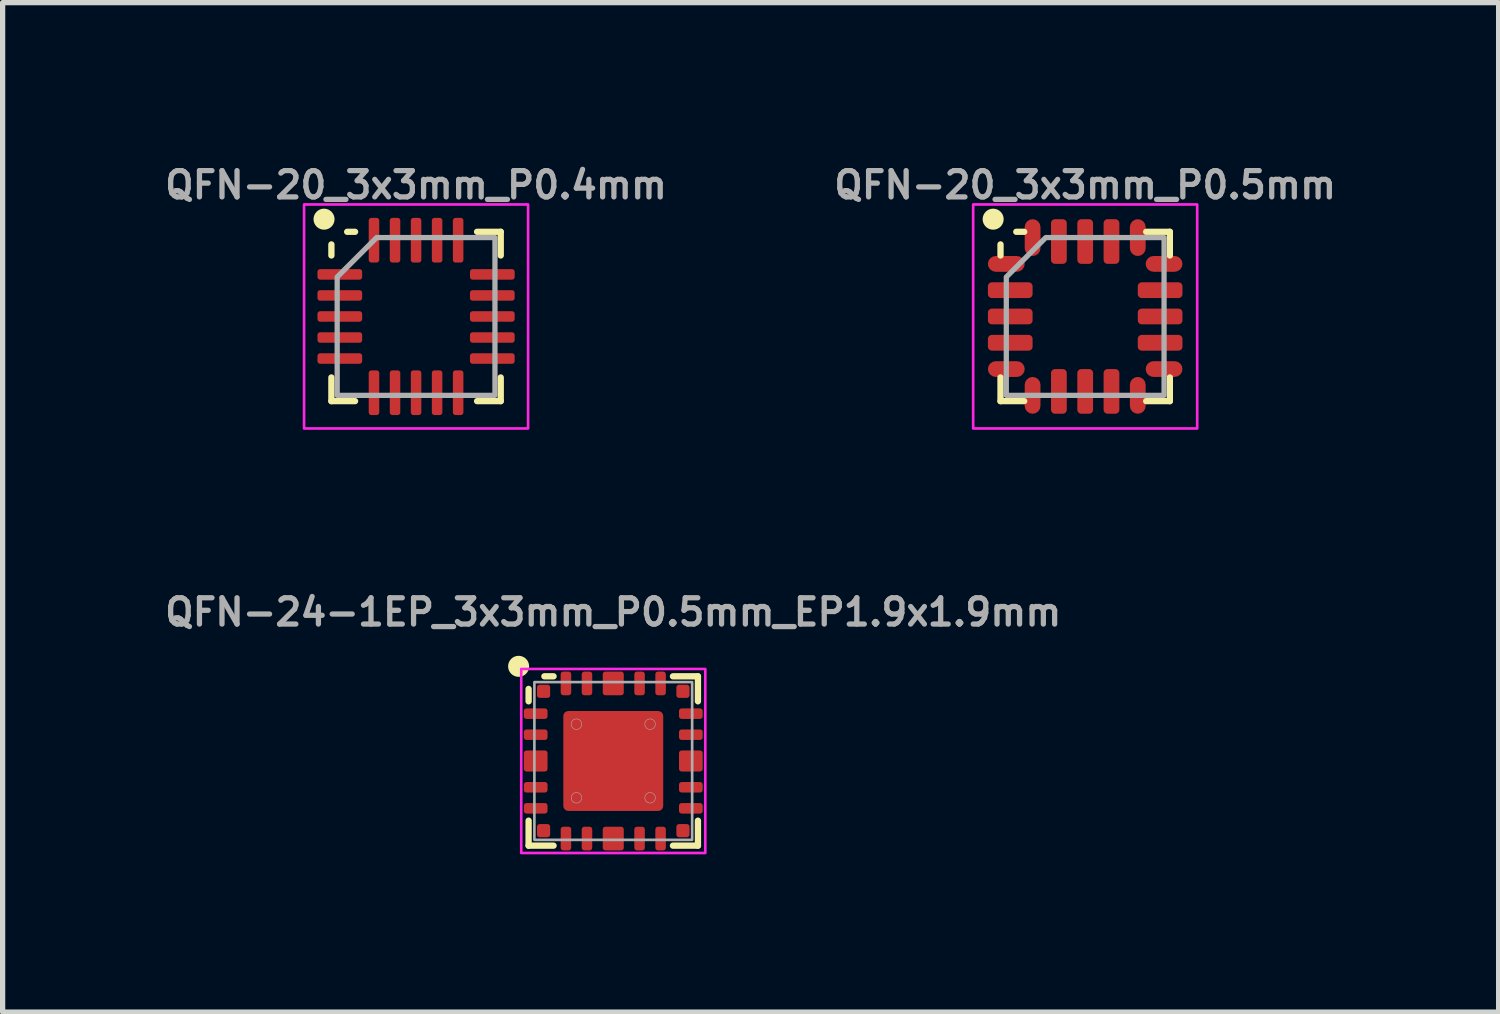
<source format=kicad_pcb>
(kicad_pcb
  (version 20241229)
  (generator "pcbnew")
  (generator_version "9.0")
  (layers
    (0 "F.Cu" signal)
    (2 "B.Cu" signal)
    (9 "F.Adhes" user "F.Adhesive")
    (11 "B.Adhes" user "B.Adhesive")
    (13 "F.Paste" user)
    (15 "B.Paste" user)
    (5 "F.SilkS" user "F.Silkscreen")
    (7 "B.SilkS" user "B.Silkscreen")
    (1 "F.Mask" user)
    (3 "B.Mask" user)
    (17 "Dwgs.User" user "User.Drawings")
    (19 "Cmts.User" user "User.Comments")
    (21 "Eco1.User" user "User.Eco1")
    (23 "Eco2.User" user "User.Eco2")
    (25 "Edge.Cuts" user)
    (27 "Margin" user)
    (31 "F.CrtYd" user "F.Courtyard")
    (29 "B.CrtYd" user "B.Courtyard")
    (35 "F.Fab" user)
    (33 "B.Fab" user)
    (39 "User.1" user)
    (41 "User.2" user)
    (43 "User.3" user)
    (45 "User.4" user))
  (footprint "QFN-20_3x3mm_P0.4mm"
    (layer "F.Cu")
    (at 4.862 2.968)
    (property "Reference" "QFN-20_3x3mm_P0.4mm" (at 0 -2.5 0) (unlocked yes) (layer "F.Fab") (effects (font (size 0.5 0.5) (thickness 0.1) (bold yes))))
    (attr smd)
    (fp_line (start -1.61 -1.16) (end -1.61 -1.37) (stroke (width 0.12) (type solid)) (layer "F.SilkS"))
    (fp_line (start -1.61 1.61) (end -1.61 1.16) (stroke (width 0.12) (type solid)) (layer "F.SilkS"))
    (fp_line (start -1.16 -1.61) (end -1.31 -1.61) (stroke (width 0.12) (type solid)) (layer "F.SilkS"))
    (fp_line (start -1.16 1.61) (end -1.61 1.61) (stroke (width 0.12) (type solid)) (layer "F.SilkS"))
    (fp_line (start 1.16 -1.61) (end 1.61 -1.61) (stroke (width 0.12) (type solid)) (layer "F.SilkS"))
    (fp_line (start 1.16 1.61) (end 1.61 1.61) (stroke (width 0.12) (type solid)) (layer "F.SilkS"))
    (fp_line (start 1.61 -1.61) (end 1.61 -1.16) (stroke (width 0.12) (type solid)) (layer "F.SilkS"))
    (fp_line (start 1.61 1.61) (end 1.61 1.16) (stroke (width 0.12) (type solid)) (layer "F.SilkS"))
    (fp_circle (center -1.75 -1.85) (end -1.85 -1.85) (stroke (width 0.2) (type solid)) (fill yes) (layer "F.SilkS"))
    (fp_rect (start -2.13 -2.13) (end 2.13 2.13) (stroke (width 0.05) (type solid)) (fill no) (layer "F.CrtYd"))
    (fp_poly (pts (xy -1.5 -0.75) (xy -1.5 1.5) (xy 1.5 1.5) (xy 1.5 -1.5) (xy -0.75 -1.5)) (stroke (width 0.1) (type solid)) (fill no) (layer "F.Fab"))
    (pad "1" smd roundrect (at -1.45 -0.8) (size 0.85 0.2) (layers "F.Cu" "F.Mask" "F.Paste") (roundrect_rratio 0.25))
    (pad "2" smd roundrect (at -1.45 -0.4) (size 0.85 0.2) (layers "F.Cu" "F.Mask" "F.Paste") (roundrect_rratio 0.25))
    (pad "3" smd roundrect (at -1.45 0) (size 0.85 0.2) (layers "F.Cu" "F.Mask" "F.Paste") (roundrect_rratio 0.25))
    (pad "4" smd roundrect (at -1.45 0.4) (size 0.85 0.2) (layers "F.Cu" "F.Mask" "F.Paste") (roundrect_rratio 0.25))
    (pad "5" smd roundrect (at -1.45 0.8) (size 0.85 0.2) (layers "F.Cu" "F.Mask" "F.Paste") (roundrect_rratio 0.25))
    (pad "6" smd roundrect (at -0.8 1.45) (size 0.2 0.85) (layers "F.Cu" "F.Mask" "F.Paste") (roundrect_rratio 0.25))
    (pad "7" smd roundrect (at -0.4 1.45) (size 0.2 0.85) (layers "F.Cu" "F.Mask" "F.Paste") (roundrect_rratio 0.25))
    (pad "8" smd roundrect (at 0 1.45) (size 0.2 0.85) (layers "F.Cu" "F.Mask" "F.Paste") (roundrect_rratio 0.25))
    (pad "9" smd roundrect (at 0.4 1.45) (size 0.2 0.85) (layers "F.Cu" "F.Mask" "F.Paste") (roundrect_rratio 0.25))
    (pad "10" smd roundrect (at 0.8 1.45) (size 0.2 0.85) (layers "F.Cu" "F.Mask" "F.Paste") (roundrect_rratio 0.25))
    (pad "11" smd roundrect (at 1.45 0.8) (size 0.85 0.2) (layers "F.Cu" "F.Mask" "F.Paste") (roundrect_rratio 0.25))
    (pad "12" smd roundrect (at 1.45 0.4) (size 0.85 0.2) (layers "F.Cu" "F.Mask" "F.Paste") (roundrect_rratio 0.25))
    (pad "13" smd roundrect (at 1.45 0) (size 0.85 0.2) (layers "F.Cu" "F.Mask" "F.Paste") (roundrect_rratio 0.25))
    (pad "14" smd roundrect (at 1.45 -0.4) (size 0.85 0.2) (layers "F.Cu" "F.Mask" "F.Paste") (roundrect_rratio 0.25))
    (pad "15" smd roundrect (at 1.45 -0.8) (size 0.85 0.2) (layers "F.Cu" "F.Mask" "F.Paste") (roundrect_rratio 0.25))
    (pad "16" smd roundrect (at 0.8 -1.45) (size 0.2 0.85) (layers "F.Cu" "F.Mask" "F.Paste") (roundrect_rratio 0.25))
    (pad "17" smd roundrect (at 0.4 -1.45) (size 0.2 0.85) (layers "F.Cu" "F.Mask" "F.Paste") (roundrect_rratio 0.25))
    (pad "18" smd roundrect (at 0 -1.45) (size 0.2 0.85) (layers "F.Cu" "F.Mask" "F.Paste") (roundrect_rratio 0.25))
    (pad "19" smd roundrect (at -0.4 -1.45) (size 0.2 0.85) (layers "F.Cu" "F.Mask" "F.Paste") (roundrect_rratio 0.25))
    (pad "20" smd roundrect (at -0.8 -1.45) (size 0.2 0.85) (layers "F.Cu" "F.Mask" "F.Paste") (roundrect_rratio 0.25)))
  (footprint "QFN-24-1EP_3x3mm_P0.5mm_EP1.9x1.9mm"
    (layer "F.Cu")
    (at 8.612 11.421)
    (property "Reference" "QFN-24-1EP_3x3mm_P0.5mm_EP1.9x1.9mm" (at 0 -2.83 0) (layer "F.Fab") (effects (font (size 0.5 0.5) (thickness 0.1))))
    (attr smd)
    (fp_line (start -1.61 -1.135) (end -1.61 -1.37) (stroke (width 0.12) (type solid)) (layer "F.SilkS"))
    (fp_line (start -1.61 1.61) (end -1.61 1.135) (stroke (width 0.12) (type solid)) (layer "F.SilkS"))
    (fp_line (start -1.135 -1.61) (end -1.31 -1.61) (stroke (width 0.12) (type solid)) (layer "F.SilkS"))
    (fp_line (start -1.135 1.61) (end -1.61 1.61) (stroke (width 0.12) (type solid)) (layer "F.SilkS"))
    (fp_line (start 1.135 -1.61) (end 1.61 -1.61) (stroke (width 0.12) (type solid)) (layer "F.SilkS"))
    (fp_line (start 1.135 1.61) (end 1.61 1.61) (stroke (width 0.12) (type solid)) (layer "F.SilkS"))
    (fp_line (start 1.61 -1.61) (end 1.61 -1.135) (stroke (width 0.12) (type solid)) (layer "F.SilkS"))
    (fp_line (start 1.61 1.61) (end 1.61 1.135) (stroke (width 0.12) (type solid)) (layer "F.SilkS"))
    (fp_circle (center -1.8 -1.8) (end -1.9 -1.8) (stroke (width 0.2) (type solid)) (fill yes) (layer "F.SilkS"))
    (fp_rect (start -1.75 -1.75) (end 1.75 1.75) (stroke (width 0.05) (type default)) (fill no) (layer "F.CrtYd"))
    (fp_rect (start -1.5 -1.5) (end 1.5 1.5) (stroke (width 0.05) (type default)) (fill no) (layer "F.Fab"))
    (fp_circle (center -0.7 -0.7) (end -0.6 -0.7) (stroke (width 0.01) (type default)) (fill no) (layer "F.Fab"))
    (fp_circle (center -0.7 0.7) (end -0.6 0.7) (stroke (width 0.01) (type default)) (fill no) (layer "F.Fab"))
    (fp_circle (center 0.7 -0.7) (end 0.8 -0.7) (stroke (width 0.01) (type default)) (fill no) (layer "F.Fab"))
    (fp_circle (center 0.7 0.7) (end 0.8 0.7) (stroke (width 0.01) (type default)) (fill no) (layer "F.Fab"))
    (pad "" smd roundrect (at -0.36 -0.36) (size 0.58 0.58) (layers "F.Paste") (roundrect_rratio 0.25))
    (pad "" smd roundrect (at -0.36 0.36) (size 0.58 0.58) (layers "F.Paste") (roundrect_rratio 0.25))
    (pad "" smd roundrect (at 0.36 -0.36) (size 0.58 0.58) (layers "F.Paste") (roundrect_rratio 0.25))
    (pad "" smd roundrect (at 0.36 0.36) (size 0.58 0.58) (layers "F.Paste") (roundrect_rratio 0.25))
    (pad "1" smd roundrect (at -1.475 -0.9) (size 0.45 0.2) (layers "F.Cu" "F.Mask" "F.Paste") (roundrect_rratio 0.25))
    (pad "2" smd roundrect (at -1.475 -0.5) (size 0.45 0.2) (layers "F.Cu" "F.Mask" "F.Paste") (roundrect_rratio 0.25))
    (pad "3" smd roundrect (at -1.475 0) (size 0.45 0.4) (layers "F.Cu" "F.Mask" "F.Paste") (roundrect_rratio 0.125))
    (pad "4" smd roundrect (at -1.475 0.5) (size 0.45 0.2) (layers "F.Cu" "F.Mask" "F.Paste") (roundrect_rratio 0.25))
    (pad "5" smd roundrect (at -1.475 0.9) (size 0.45 0.2) (layers "F.Cu" "F.Mask" "F.Paste") (roundrect_rratio 0.25))
    (pad "6" smd roundrect (at -1.325 1.325 90) (size 0.25 0.25) (layers "F.Cu" "F.Mask" "F.Paste") (roundrect_rratio 0.2))
    (pad "7" smd roundrect (at -0.9 1.475 90) (size 0.45 0.2) (layers "F.Cu" "F.Mask" "F.Paste") (roundrect_rratio 0.25))
    (pad "8" smd roundrect (at -0.5 1.475 90) (size 0.45 0.2) (layers "F.Cu" "F.Mask" "F.Paste") (roundrect_rratio 0.25))
    (pad "9" smd roundrect (at 0 1.475 90) (size 0.45 0.4) (layers "F.Cu" "F.Mask" "F.Paste") (roundrect_rratio 0.125))
    (pad "10" smd roundrect (at 0.5 1.475 90) (size 0.45 0.2) (layers "F.Cu" "F.Mask" "F.Paste") (roundrect_rratio 0.25))
    (pad "11" smd roundrect (at 0.9 1.475 90) (size 0.45 0.2) (layers "F.Cu" "F.Mask" "F.Paste") (roundrect_rratio 0.25))
    (pad "12" smd roundrect (at 1.325 1.325 180) (size 0.25 0.25) (layers "F.Cu" "F.Mask" "F.Paste") (roundrect_rratio 0.2))
    (pad "13" smd roundrect (at 1.475 0.9 180) (size 0.45 0.2) (layers "F.Cu" "F.Mask" "F.Paste") (roundrect_rratio 0.25))
    (pad "14" smd roundrect (at 1.475 0.5 180) (size 0.45 0.2) (layers "F.Cu" "F.Mask" "F.Paste") (roundrect_rratio 0.25))
    (pad "15" smd roundrect (at 1.475 0 180) (size 0.45 0.4) (layers "F.Cu" "F.Mask" "F.Paste") (roundrect_rratio 0.125))
    (pad "16" smd roundrect (at 1.475 -0.5 180) (size 0.45 0.2) (layers "F.Cu" "F.Mask" "F.Paste") (roundrect_rratio 0.25))
    (pad "17" smd roundrect (at 1.475 -0.9 180) (size 0.45 0.2) (layers "F.Cu" "F.Mask" "F.Paste") (roundrect_rratio 0.25))
    (pad "18" smd roundrect (at 1.325 -1.325 270) (size 0.25 0.25) (layers "F.Cu" "F.Mask" "F.Paste") (roundrect_rratio 0.2))
    (pad "19" smd roundrect (at 0.9 -1.475 270) (size 0.45 0.2) (layers "F.Cu" "F.Mask" "F.Paste") (roundrect_rratio 0.25))
    (pad "20" smd roundrect (at 0.5 -1.475 270) (size 0.45 0.2) (layers "F.Cu" "F.Mask" "F.Paste") (roundrect_rratio 0.25))
    (pad "21" smd roundrect (at 0 -1.475 270) (size 0.45 0.4) (layers "F.Cu" "F.Mask" "F.Paste") (roundrect_rratio 0.125))
    (pad "22" smd roundrect (at -0.5 -1.475 270) (size 0.45 0.2) (layers "F.Cu" "F.Mask" "F.Paste") (roundrect_rratio 0.25))
    (pad "23" smd roundrect (at -0.9 -1.475 270) (size 0.45 0.2) (layers "F.Cu" "F.Mask" "F.Paste") (roundrect_rratio 0.25))
    (pad "24" smd roundrect (at -1.325 -1.325) (size 0.25 0.25) (layers "F.Cu" "F.Mask" "F.Paste") (roundrect_rratio 0.2))
    (pad "25" smd roundrect (at 0 0) (size 1.9 1.9) (property pad_prop_heatsink) (layers "F.Cu" "F.Mask") (roundrect_rratio 0.05)))
  (footprint "QFN-20_3x3mm_P0.5mm"
    (layer "F.Cu")
    (at 17.586 2.968)
    (property "Reference" "QFN-20_3x3mm_P0.5mm" (at 0 -2.5 0) (unlocked yes) (layer "F.Fab") (effects (font (size 0.5 0.5) (thickness 0.1) (bold yes))))
    (attr smd)
    (fp_line (start -1.61 -1.16) (end -1.61 -1.37) (stroke (width 0.12) (type solid)) (layer "F.SilkS"))
    (fp_line (start -1.61 1.61) (end -1.61 1.16) (stroke (width 0.12) (type solid)) (layer "F.SilkS"))
    (fp_line (start -1.16 -1.61) (end -1.31 -1.61) (stroke (width 0.12) (type solid)) (layer "F.SilkS"))
    (fp_line (start -1.16 1.61) (end -1.61 1.61) (stroke (width 0.12) (type solid)) (layer "F.SilkS"))
    (fp_line (start 1.16 -1.61) (end 1.61 -1.61) (stroke (width 0.12) (type solid)) (layer "F.SilkS"))
    (fp_line (start 1.16 1.61) (end 1.61 1.61) (stroke (width 0.12) (type solid)) (layer "F.SilkS"))
    (fp_line (start 1.61 -1.61) (end 1.61 -1.16) (stroke (width 0.12) (type solid)) (layer "F.SilkS"))
    (fp_line (start 1.61 1.61) (end 1.61 1.16) (stroke (width 0.12) (type solid)) (layer "F.SilkS"))
    (fp_circle (center -1.75 -1.85) (end -1.85 -1.85) (stroke (width 0.2) (type solid)) (fill yes) (layer "F.SilkS"))
    (fp_rect (start -2.13 -2.13) (end 2.13 2.13) (stroke (width 0.05) (type solid)) (fill no) (layer "F.CrtYd"))
    (fp_poly (pts (xy -1.5 -0.75) (xy -1.5 1.5) (xy 1.5 1.5) (xy 1.5 -1.5) (xy -0.75 -1.5)) (stroke (width 0.1) (type solid)) (fill no) (layer "F.Fab"))
    (pad "1" smd roundrect (at -1.5 -1 90) (size 0.3 0.7) (layers "F.Cu" "F.Mask" "F.Paste") (roundrect_rratio 0.5))
    (pad "2" smd roundrect (at -1.425 -0.5 90) (size 0.3 0.85) (layers "F.Cu" "F.Mask" "F.Paste") (roundrect_rratio 0.25))
    (pad "3" smd roundrect (at -1.425 0 90) (size 0.3 0.85) (layers "F.Cu" "F.Mask" "F.Paste") (roundrect_rratio 0.25))
    (pad "4" smd roundrect (at -1.425 0.5 90) (size 0.3 0.85) (layers "F.Cu" "F.Mask" "F.Paste") (roundrect_rratio 0.25))
    (pad "5" smd roundrect (at -1.5 1 90) (size 0.3 0.7) (layers "F.Cu" "F.Mask" "F.Paste") (roundrect_rratio 0.5))
    (pad "6" smd roundrect (at -1 1.5) (size 0.3 0.7) (layers "F.Cu" "F.Mask" "F.Paste") (roundrect_rratio 0.5))
    (pad "7" smd roundrect (at -0.5 1.425) (size 0.3 0.85) (layers "F.Cu" "F.Mask" "F.Paste") (roundrect_rratio 0.25))
    (pad "8" smd roundrect (at 0 1.425) (size 0.3 0.85) (layers "F.Cu" "F.Mask" "F.Paste") (roundrect_rratio 0.25))
    (pad "9" smd roundrect (at 0.5 1.425) (size 0.3 0.85) (layers "F.Cu" "F.Mask" "F.Paste") (roundrect_rratio 0.25))
    (pad "10" smd roundrect (at 1 1.5) (size 0.3 0.7) (layers "F.Cu" "F.Mask" "F.Paste") (roundrect_rratio 0.5))
    (pad "11" smd roundrect (at 1.5 1 90) (size 0.3 0.7) (layers "F.Cu" "F.Mask" "F.Paste") (roundrect_rratio 0.5))
    (pad "12" smd roundrect (at 1.425 0.5 90) (size 0.3 0.85) (layers "F.Cu" "F.Mask" "F.Paste") (roundrect_rratio 0.25))
    (pad "13" smd roundrect (at 1.425 0 90) (size 0.3 0.85) (layers "F.Cu" "F.Mask" "F.Paste") (roundrect_rratio 0.25))
    (pad "14" smd roundrect (at 1.425 -0.5 90) (size 0.3 0.85) (layers "F.Cu" "F.Mask" "F.Paste") (roundrect_rratio 0.25))
    (pad "15" smd roundrect (at 1.5 -1 90) (size 0.3 0.7) (layers "F.Cu" "F.Mask" "F.Paste") (roundrect_rratio 0.5))
    (pad "16" smd roundrect (at 1 -1.5) (size 0.3 0.7) (layers "F.Cu" "F.Mask" "F.Paste") (roundrect_rratio 0.5))
    (pad "17" smd roundrect (at 0.5 -1.425) (size 0.3 0.85) (layers "F.Cu" "F.Mask" "F.Paste") (roundrect_rratio 0.25))
    (pad "18" smd roundrect (at 0 -1.425) (size 0.3 0.85) (layers "F.Cu" "F.Mask" "F.Paste") (roundrect_rratio 0.25))
    (pad "19" smd roundrect (at -0.5 -1.425) (size 0.3 0.85) (layers "F.Cu" "F.Mask" "F.Paste") (roundrect_rratio 0.25))
    (pad "20" smd roundrect (at -1 -1.5) (size 0.3 0.7) (layers "F.Cu" "F.Mask" "F.Paste") (roundrect_rratio 0.5)))
  (gr_rect
    (start -3 -3)
    (end 25.448 16.196)
    (stroke (width 0.1) (type default))
    (fill no)
    (layer "Edge.Cuts")))
</source>
